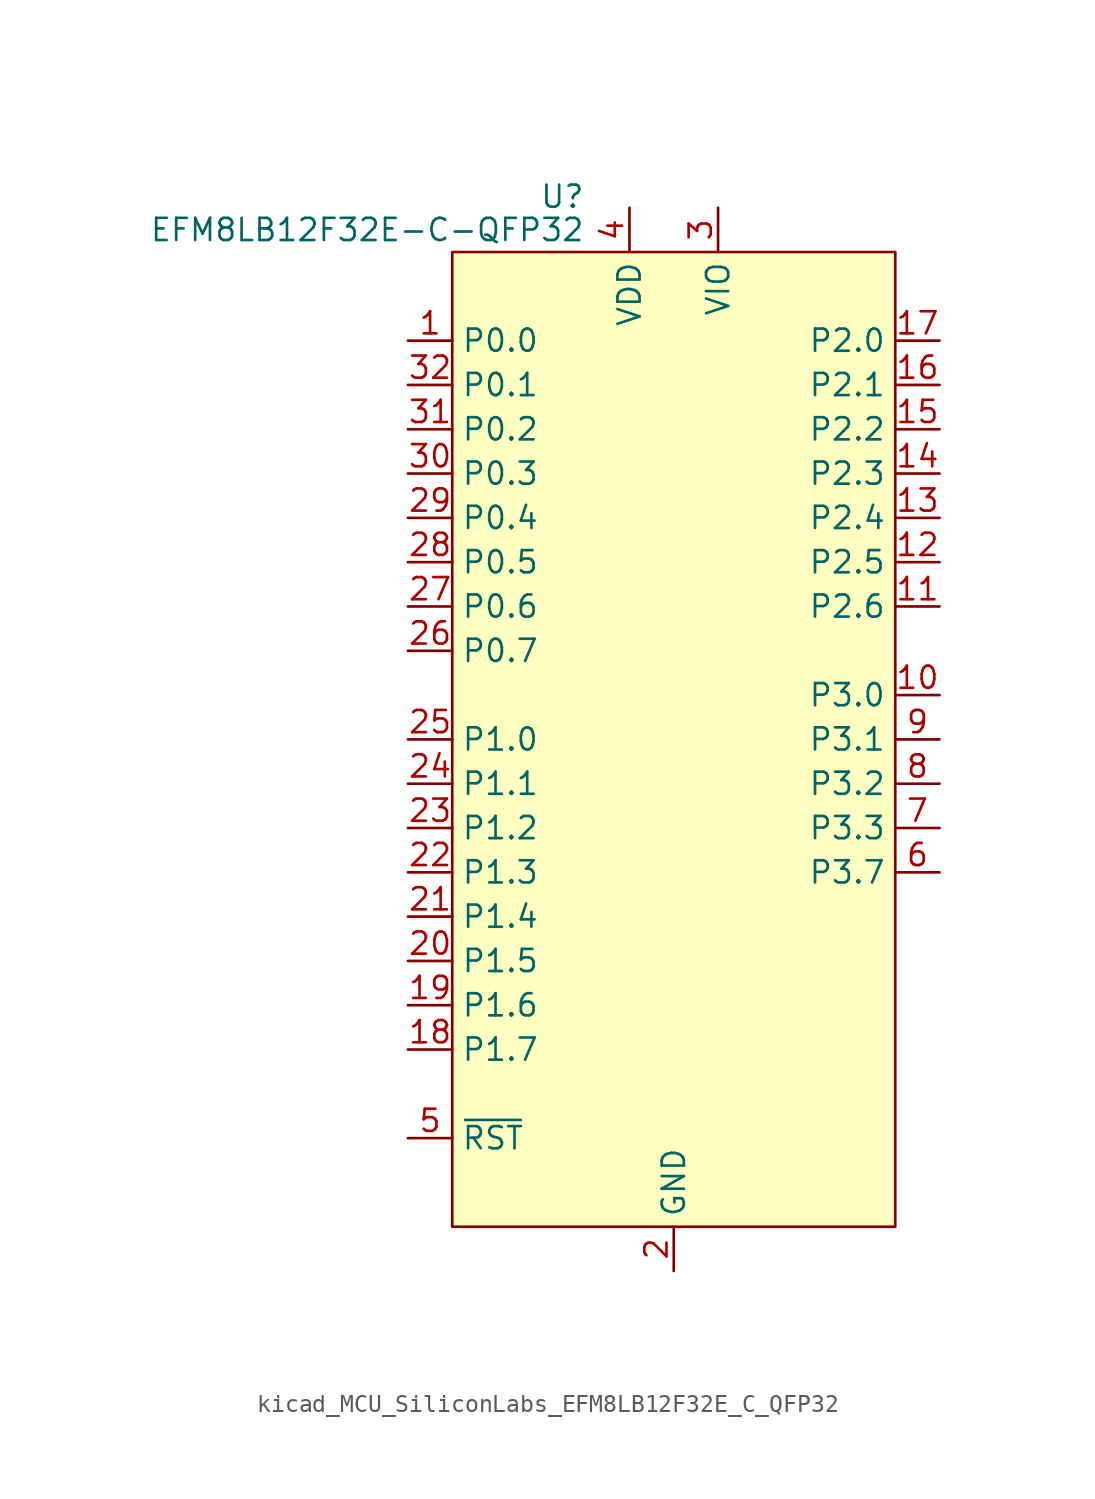
<source format=kicad_sym>
(kicad_symbol_lib
  (version 20220914)
  (generator kicad_symbol_editor)
  (symbol "kicad_MCU_SiliconLabs_EFM8LB12F32E_C_QFP32"
    (property "Reference" "U"
      (at -5.08 31.115 0)
      (effects (font (size 1.27 1.27)) (justify right)))
    (property "Value" "EFM8LB12F32E-C-QFP32"
      (at -5.08 29.21 0)
      (effects (font (size 1.27 1.27)) (justify right)))
    (symbol "kicad_MCU_SiliconLabs_EFM8LB12F32E_C_QFP32_0_0"
      (pin bidirectional line (at -15.24 22.86 0) (length 2.54) (name "P0.0" (effects (font (size 1.27 1.27)))) (number "1" (effects (font (size 1.27 1.27)))))
      (pin bidirectional line (at 15.24 2.54 180) (length 2.54) (name "P3.0" (effects (font (size 1.27 1.27)))) (number "10" (effects (font (size 1.27 1.27)))))
      (pin bidirectional line (at 15.24 7.62 180) (length 2.54) (name "P2.6" (effects (font (size 1.27 1.27)))) (number "11" (effects (font (size 1.27 1.27)))))
      (pin bidirectional line (at 15.24 10.16 180) (length 2.54) (name "P2.5" (effects (font (size 1.27 1.27)))) (number "12" (effects (font (size 1.27 1.27)))))
      (pin bidirectional line (at 15.24 12.7 180) (length 2.54) (name "P2.4" (effects (font (size 1.27 1.27)))) (number "13" (effects (font (size 1.27 1.27)))))
      (pin bidirectional line (at 15.24 15.24 180) (length 2.54) (name "P2.3" (effects (font (size 1.27 1.27)))) (number "14" (effects (font (size 1.27 1.27)))))
      (pin bidirectional line (at 15.24 17.78 180) (length 2.54) (name "P2.2" (effects (font (size 1.27 1.27)))) (number "15" (effects (font (size 1.27 1.27)))))
      (pin bidirectional line (at 15.24 20.32 180) (length 2.54) (name "P2.1" (effects (font (size 1.27 1.27)))) (number "16" (effects (font (size 1.27 1.27)))))
      (pin bidirectional line (at 15.24 22.86 180) (length 2.54) (name "P2.0" (effects (font (size 1.27 1.27)))) (number "17" (effects (font (size 1.27 1.27)))))
      (pin bidirectional line (at -15.24 -17.78 0) (length 2.54) (name "P1.7" (effects (font (size 1.27 1.27)))) (number "18" (effects (font (size 1.27 1.27)))))
      (pin bidirectional line (at -15.24 -15.24 0) (length 2.54) (name "P1.6" (effects (font (size 1.27 1.27)))) (number "19" (effects (font (size 1.27 1.27)))))
      (pin power_in line (at 0 -30.48 90) (length 2.54) (name "GND" (effects (font (size 1.27 1.27)))) (number "2" (effects (font (size 1.27 1.27)))))
      (pin bidirectional line (at -15.24 -12.7 0) (length 2.54) (name "P1.5" (effects (font (size 1.27 1.27)))) (number "20" (effects (font (size 1.27 1.27)))))
      (pin bidirectional line (at -15.24 -10.16 0) (length 2.54) (name "P1.4" (effects (font (size 1.27 1.27)))) (number "21" (effects (font (size 1.27 1.27)))))
      (pin bidirectional line (at -15.24 -7.62 0) (length 2.54) (name "P1.3" (effects (font (size 1.27 1.27)))) (number "22" (effects (font (size 1.27 1.27)))))
      (pin bidirectional line (at -15.24 -5.08 0) (length 2.54) (name "P1.2" (effects (font (size 1.27 1.27)))) (number "23" (effects (font (size 1.27 1.27)))))
      (pin bidirectional line (at -15.24 -2.54 0) (length 2.54) (name "P1.1" (effects (font (size 1.27 1.27)))) (number "24" (effects (font (size 1.27 1.27)))))
      (pin bidirectional line (at -15.24 0 0) (length 2.54) (name "P1.0" (effects (font (size 1.27 1.27)))) (number "25" (effects (font (size 1.27 1.27)))))
      (pin bidirectional line (at -15.24 5.08 0) (length 2.54) (name "P0.7" (effects (font (size 1.27 1.27)))) (number "26" (effects (font (size 1.27 1.27)))))
      (pin bidirectional line (at -15.24 7.62 0) (length 2.54) (name "P0.6" (effects (font (size 1.27 1.27)))) (number "27" (effects (font (size 1.27 1.27)))))
      (pin bidirectional line (at -15.24 10.16 0) (length 2.54) (name "P0.5" (effects (font (size 1.27 1.27)))) (number "28" (effects (font (size 1.27 1.27)))))
      (pin bidirectional line (at -15.24 12.7 0) (length 2.54) (name "P0.4" (effects (font (size 1.27 1.27)))) (number "29" (effects (font (size 1.27 1.27)))))
      (pin power_in line (at 2.54 30.48 270) (length 2.54) (name "VIO" (effects (font (size 1.27 1.27)))) (number "3" (effects (font (size 1.27 1.27)))))
      (pin bidirectional line (at -15.24 15.24 0) (length 2.54) (name "P0.3" (effects (font (size 1.27 1.27)))) (number "30" (effects (font (size 1.27 1.27)))))
      (pin bidirectional line (at -15.24 17.78 0) (length 2.54) (name "P0.2" (effects (font (size 1.27 1.27)))) (number "31" (effects (font (size 1.27 1.27)))))
      (pin bidirectional line (at -15.24 20.32 0) (length 2.54) (name "P0.1" (effects (font (size 1.27 1.27)))) (number "32" (effects (font (size 1.27 1.27)))))
      (pin power_in line (at -2.54 30.48 270) (length 2.54) (name "VDD" (effects (font (size 1.27 1.27)))) (number "4" (effects (font (size 1.27 1.27)))))
      (pin input line (at -15.24 -22.86 0) (length 2.54) (name "~{RST}" (effects (font (size 1.27 1.27)))) (number "5" (effects (font (size 1.27 1.27)))) (alternate "C2CK" input line))
      (pin bidirectional line (at 15.24 -7.62 180) (length 2.54) (name "P3.7" (effects (font (size 1.27 1.27)))) (number "6" (effects (font (size 1.27 1.27)))) (alternate "C2D" bidirectional line))
      (pin bidirectional line (at 15.24 -5.08 180) (length 2.54) (name "P3.3" (effects (font (size 1.27 1.27)))) (number "7" (effects (font (size 1.27 1.27)))))
      (pin bidirectional line (at 15.24 -2.54 180) (length 2.54) (name "P3.2" (effects (font (size 1.27 1.27)))) (number "8" (effects (font (size 1.27 1.27)))))
      (pin bidirectional line (at 15.24 0 180) (length 2.54) (name "P3.1" (effects (font (size 1.27 1.27)))) (number "9" (effects (font (size 1.27 1.27))))))
    (symbol "kicad_MCU_SiliconLabs_EFM8LB12F32E_C_QFP32_0_1"
      (rectangle (start -12.7 27.94) (end 12.7 -27.94) (stroke (width 0.152) (type default)) (fill (type background))))))
</source>
